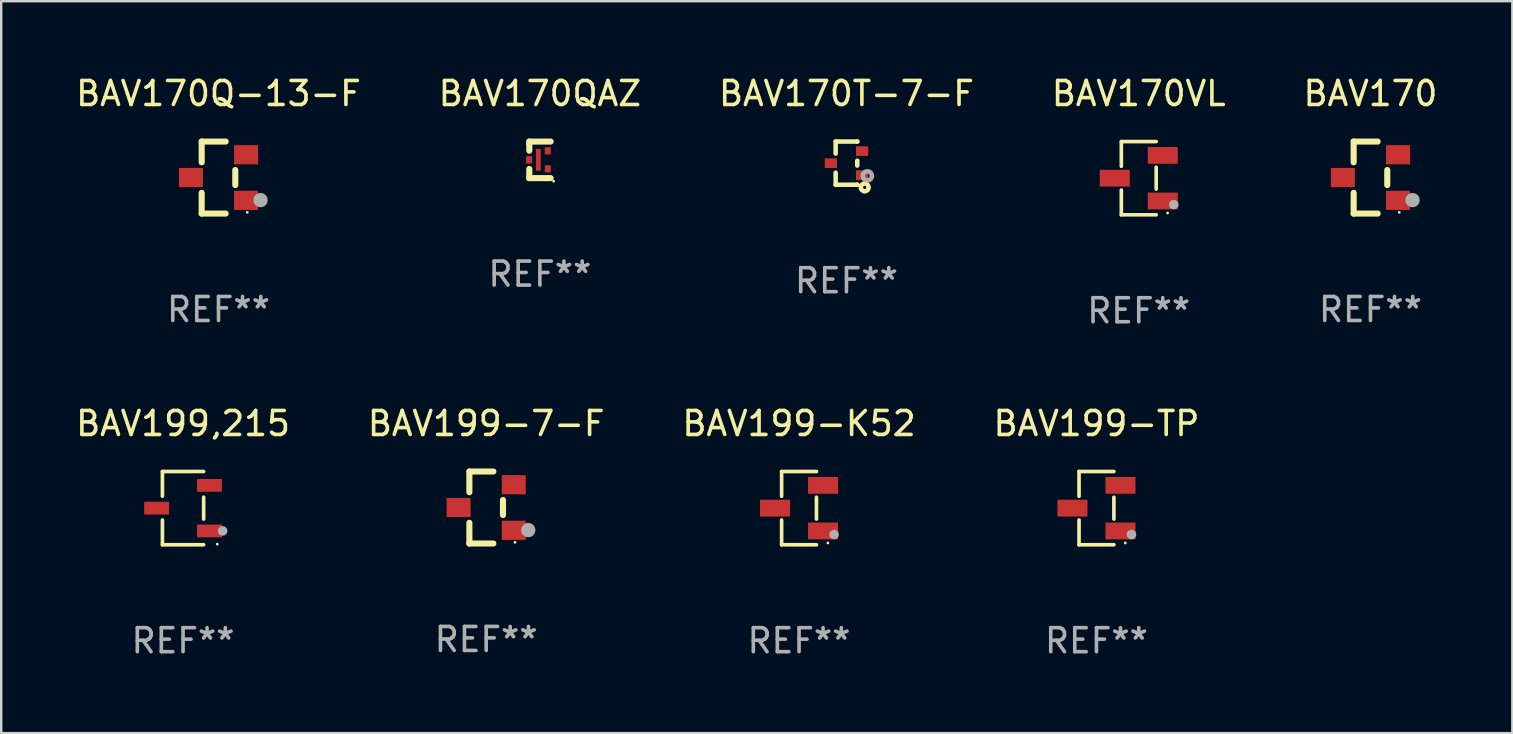
<source format=kicad_pcb>
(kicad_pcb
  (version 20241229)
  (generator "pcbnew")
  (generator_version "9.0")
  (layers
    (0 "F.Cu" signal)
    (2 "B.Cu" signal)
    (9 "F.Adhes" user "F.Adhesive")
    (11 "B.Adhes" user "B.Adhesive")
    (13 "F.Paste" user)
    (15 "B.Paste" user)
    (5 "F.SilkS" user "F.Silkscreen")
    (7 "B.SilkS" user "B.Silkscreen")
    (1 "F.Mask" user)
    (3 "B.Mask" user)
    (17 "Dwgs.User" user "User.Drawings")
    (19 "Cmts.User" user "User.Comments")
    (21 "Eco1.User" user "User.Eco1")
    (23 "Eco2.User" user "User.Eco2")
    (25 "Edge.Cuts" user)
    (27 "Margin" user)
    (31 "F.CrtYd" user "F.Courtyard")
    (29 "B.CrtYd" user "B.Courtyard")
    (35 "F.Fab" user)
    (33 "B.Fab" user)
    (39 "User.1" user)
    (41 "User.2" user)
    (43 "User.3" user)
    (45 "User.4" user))
  (footprint "BAV199-TP"
    (layer "F.Cu")
    (at 42.637 18.123)
    (property "Reference" "BAV199-TP" (at 0 -3.526 0) (layer "F.SilkS") (effects (font (size 1 1) (thickness 0.15))))
    (attr through_hole)
    (fp_line (start -0.726 -1.526) (end -0.726 -0.495) (stroke (width 0.152) (type solid)) (layer "F.SilkS"))
    (fp_line (start -0.726 1.526) (end -0.726 0.495) (stroke (width 0.152) (type solid)) (layer "F.SilkS"))
    (fp_line (start 0.726 -1.526) (end -0.726 -1.526) (stroke (width 0.152) (type solid)) (layer "F.SilkS"))
    (fp_line (start 0.726 -0.455) (end 0.726 0.455) (stroke (width 0.152) (type solid)) (layer "F.SilkS"))
    (fp_line (start 0.726 1.526) (end -0.726 1.526) (stroke (width 0.152) (type solid)) (layer "F.SilkS"))
    (fp_circle (center 1.2 1.45) (end 1.23 1.45) (stroke (width 0.06) (type solid)) (fill no) (layer "F.SilkS"))
    (fp_circle (center 1.46 1.1) (end 1.56 1.1) (stroke (width 0.2) (type solid)) (fill no) (layer "F.Fab"))
    (fp_text user "REF**" (at 0 5.526 0) (layer "F.Fab") (effects (font (size 1 1) (thickness 0.15))))
    (pad "1" smd rect (at 1 0.95) (size 1.25 0.7) (layers "F.Cu" "F.Mask" "F.Paste"))
    (pad "2" smd rect (at 1 -0.95) (size 1.25 0.7) (layers "F.Cu" "F.Mask" "F.Paste"))
    (pad "3" smd rect (at -1 0) (size 1.25 0.7) (layers "F.Cu" "F.Mask" "F.Paste")))
  (footprint "BAV170VL"
    (layer "F.Cu")
    (at 44.399 4.374)
    (property "Reference" "BAV170VL" (at 0 -3.526 0) (layer "F.SilkS") (effects (font (size 1 1) (thickness 0.15))))
    (attr through_hole)
    (fp_line (start -0.726 -1.526) (end -0.726 -0.495) (stroke (width 0.152) (type solid)) (layer "F.SilkS"))
    (fp_line (start -0.726 1.526) (end -0.726 0.495) (stroke (width 0.152) (type solid)) (layer "F.SilkS"))
    (fp_line (start 0.726 -1.526) (end -0.726 -1.526) (stroke (width 0.152) (type solid)) (layer "F.SilkS"))
    (fp_line (start 0.726 -0.455) (end 0.726 0.455) (stroke (width 0.152) (type solid)) (layer "F.SilkS"))
    (fp_line (start 0.726 1.526) (end -0.726 1.526) (stroke (width 0.152) (type solid)) (layer "F.SilkS"))
    (fp_circle (center 1.2 1.45) (end 1.23 1.45) (stroke (width 0.06) (type solid)) (fill no) (layer "F.SilkS"))
    (fp_circle (center 1.46 1.1) (end 1.56 1.1) (stroke (width 0.2) (type solid)) (fill no) (layer "F.Fab"))
    (fp_text user "REF**" (at 0 5.526 0) (layer "F.Fab") (effects (font (size 1 1) (thickness 0.15))))
    (pad "1" smd rect (at 1 0.95) (size 1.25 0.7) (layers "F.Cu" "F.Mask" "F.Paste"))
    (pad "2" smd rect (at 1 -0.95) (size 1.25 0.7) (layers "F.Cu" "F.Mask" "F.Paste"))
    (pad "3" smd rect (at -1 0) (size 1.25 0.7) (layers "F.Cu" "F.Mask" "F.Paste")))
  (footprint "BAV199-7-F"
    (layer "F.Cu")
    (at 17.208 18.097)
    (property "Reference" "BAV199-7-F" (at 0 -3.5 0) (layer "F.SilkS") (effects (font (size 1 1) (thickness 0.15))))
    (attr through_hole)
    (fp_line (start -0.7 -1.5) (end 0.3 -1.5) (stroke (width 0.254) (type solid)) (layer "F.SilkS"))
    (fp_line (start -0.7 -0.636) (end -0.7 -1.5) (stroke (width 0.254) (type solid)) (layer "F.SilkS"))
    (fp_line (start -0.7 1.5) (end -0.7 0.636) (stroke (width 0.254) (type solid)) (layer "F.SilkS"))
    (fp_line (start -0.7 1.5) (end 0.3 1.5) (stroke (width 0.254) (type solid)) (layer "F.SilkS"))
    (fp_line (start 0.7 0.314) (end 0.7 -0.314) (stroke (width 0.254) (type solid)) (layer "F.SilkS"))
    (fp_circle (center 1.2 1.45) (end 1.23 1.45) (stroke (width 0.06) (type solid)) (fill no) (layer "F.SilkS"))
    (fp_circle (center 1.753 0.94) (end 1.903 0.94) (stroke (width 0.3) (type solid)) (fill no) (layer "F.Fab"))
    (fp_text user "REF**" (at 0 5.5 0) (layer "F.Fab") (effects (font (size 1 1) (thickness 0.15))))
    (pad "1" smd rect (at 1.15 0.95 180) (size 1 0.8) (layers "F.Cu" "F.Mask" "F.Paste"))
    (pad "2" smd rect (at 1.15 -0.95 180) (size 1 0.8) (layers "F.Cu" "F.Mask" "F.Paste"))
    (pad "3" smd rect (at -1.15 -0.000051 180) (size 1 0.8) (layers "F.Cu" "F.Mask" "F.Paste")))
  (footprint "BAV170T-7-F"
    (layer "F.Cu")
    (at 32.22 3.748)
    (property "Reference" "BAV170T-7-F" (at 0 -2.9 0) (layer "F.SilkS") (effects (font (size 1 1) (thickness 0.15))))
    (attr through_hole)
    (fp_line (start -0.45 -0.9) (end 0.45 -0.9) (stroke (width 0.19) (type solid)) (layer "F.SilkS"))
    (fp_line (start -0.45 -0.399) (end -0.45 -0.9) (stroke (width 0.19) (type solid)) (layer "F.SilkS"))
    (fp_line (start -0.45 0.9) (end -0.45 0.399) (stroke (width 0.19) (type solid)) (layer "F.SilkS"))
    (fp_line (start -0.45 0.9) (end 0.45 0.9) (stroke (width 0.19) (type solid)) (layer "F.SilkS"))
    (fp_line (start 0.45 -0.899) (end 0.45 -0.9) (stroke (width 0.19) (type solid)) (layer "F.SilkS"))
    (fp_line (start 0.45 0.101) (end 0.45 -0.101) (stroke (width 0.19) (type solid)) (layer "F.SilkS"))
    (fp_line (start 0.45 0.9) (end 0.45 0.899) (stroke (width 0.19) (type solid)) (layer "F.SilkS"))
    (fp_circle (center 0.76 1.01) (end 0.827 1.01) (stroke (width 0.19) (type solid)) (fill no) (layer "F.SilkS"))
    (fp_circle (center 0.8 0.8) (end 0.81 0.8) (stroke (width 0.02) (type solid)) (fill no) (layer "F.SilkS"))
    (fp_circle (center 0.87 0.53) (end 0.964 0.53) (stroke (width 0.19) (type solid)) (fill no) (layer "F.Fab"))
    (fp_text user "REF**" (at 0 4.9 0) (layer "F.Fab") (effects (font (size 1 1) (thickness 0.15))))
    (pad "1" smd rect (at 0.65 0.5 90) (size 0.4 0.51) (layers "F.Cu" "F.Mask" "F.Paste"))
    (pad "2" smd rect (at 0.65 -0.5 90) (size 0.4 0.51) (layers "F.Cu" "F.Mask" "F.Paste"))
    (pad "3" smd rect (at -0.65 0.000127 90) (size 0.4 0.51) (layers "F.Cu" "F.Mask" "F.Paste")))
  (footprint "BAV170Q-13-F"
    (layer "F.Cu")
    (at 6.054 4.348)
    (property "Reference" "BAV170Q-13-F" (at 0 -3.5 0) (layer "F.SilkS") (effects (font (size 1 1) (thickness 0.15))))
    (attr through_hole)
    (fp_line (start -0.7 -1.5) (end 0.3 -1.5) (stroke (width 0.254) (type solid)) (layer "F.SilkS"))
    (fp_line (start -0.7 -0.636) (end -0.7 -1.5) (stroke (width 0.254) (type solid)) (layer "F.SilkS"))
    (fp_line (start -0.7 1.5) (end -0.7 0.636) (stroke (width 0.254) (type solid)) (layer "F.SilkS"))
    (fp_line (start -0.7 1.5) (end 0.3 1.5) (stroke (width 0.254) (type solid)) (layer "F.SilkS"))
    (fp_line (start 0.7 0.314) (end 0.7 -0.314) (stroke (width 0.254) (type solid)) (layer "F.SilkS"))
    (fp_circle (center 1.2 1.45) (end 1.23 1.45) (stroke (width 0.06) (type solid)) (fill no) (layer "F.SilkS"))
    (fp_circle (center 1.753 0.94) (end 1.903 0.94) (stroke (width 0.3) (type solid)) (fill no) (layer "F.Fab"))
    (fp_text user "REF**" (at 0 5.5 0) (layer "F.Fab") (effects (font (size 1 1) (thickness 0.15))))
    (pad "1" smd rect (at 1.15 0.95 180) (size 1 0.8) (layers "F.Cu" "F.Mask" "F.Paste"))
    (pad "2" smd rect (at 1.15 -0.95 180) (size 1 0.8) (layers "F.Cu" "F.Mask" "F.Paste"))
    (pad "3" smd rect (at -1.15 -0.000051 180) (size 1 0.8) (layers "F.Cu" "F.Mask" "F.Paste")))
  (footprint "BAV199,215"
    (layer "F.Cu")
    (at 4.577 18.123)
    (property "Reference" "BAV199,215" (at 0 -3.526 0) (layer "F.SilkS") (effects (font (size 1 1) (thickness 0.15))))
    (attr through_hole)
    (fp_line (start -0.859 -1.526) (end -0.859 -0.495) (stroke (width 0.152) (type solid)) (layer "F.SilkS"))
    (fp_line (start -0.859 1.526) (end -0.859 0.495) (stroke (width 0.152) (type solid)) (layer "F.SilkS"))
    (fp_line (start 0.859 -1.526) (end -0.859 -1.526) (stroke (width 0.152) (type solid)) (layer "F.SilkS"))
    (fp_line (start 0.859 -0.455) (end 0.859 0.455) (stroke (width 0.152) (type solid)) (layer "F.SilkS"))
    (fp_line (start 0.859 1.526) (end -0.859 1.526) (stroke (width 0.152) (type solid)) (layer "F.SilkS"))
    (fp_circle (center 1.425 1.5) (end 1.455 1.5) (stroke (width 0.06) (type solid)) (fill no) (layer "F.SilkS"))
    (fp_circle (center 1.65 0.95) (end 1.75 0.95) (stroke (width 0.2) (type solid)) (fill no) (layer "F.Fab"))
    (fp_text user "REF**" (at 0 5.526 0) (layer "F.Fab") (effects (font (size 1 1) (thickness 0.15))))
    (pad "1" smd rect (at 1.101 0.95) (size 1.037 0.532) (layers "F.Cu" "F.Mask" "F.Paste"))
    (pad "2" smd rect (at 1.101 -0.95) (size 1.037 0.532) (layers "F.Cu" "F.Mask" "F.Paste"))
    (pad "3" smd rect (at -1.101 0) (size 1.037 0.532) (layers "F.Cu" "F.Mask" "F.Paste")))
  (footprint "BAV170QAZ"
    (layer "F.Cu")
    (at 19.446 3.61)
    (property "Reference" "BAV170QAZ" (at 0 -2.762 0) (layer "F.SilkS") (effects (font (size 1 1) (thickness 0.15))))
    (attr through_hole)
    (fp_line (start -0.441 -0.762) (end 0.448 -0.762) (stroke (width 0.254) (type solid)) (layer "F.SilkS"))
    (fp_line (start -0.441 -0.635) (end -0.441 -0.762) (stroke (width 0.254) (type solid)) (layer "F.SilkS"))
    (fp_line (start -0.441 -0.381) (end -0.441 -0.635) (stroke (width 0.254) (type solid)) (layer "F.SilkS"))
    (fp_line (start -0.441 0.381) (end -0.441 0.762) (stroke (width 0.254) (type solid)) (layer "F.SilkS"))
    (fp_line (start -0.441 0.762) (end 0.448 0.762) (stroke (width 0.254) (type solid)) (layer "F.SilkS"))
    (fp_circle (center 0.575 0.889) (end 0.605 0.889) (stroke (width 0.06) (type solid)) (fill no) (layer "F.SilkS"))
    (fp_text user "REF**" (at 0 4.762 0) (layer "F.Fab") (effects (font (size 1 1) (thickness 0.15))))
    (pad "1" smd rect (at 0.329 0.375 270) (size 0.3 0.25) (layers "F.Cu" "F.Mask" "F.Paste"))
    (pad "2" smd rect (at 0.329 -0.375 270) (size 0.3 0.25) (layers "F.Cu" "F.Mask" "F.Paste"))
    (pad "3" smd rect (at -0.448 0 270) (size 0.3 0.25) (layers "F.Cu" "F.Mask" "F.Paste"))
    (pad "4" smd rect (at -0.065 0 270) (size 0.91 0.2) (layers "F.Cu" "F.Mask" "F.Paste")))
  (footprint "BAV199-K52"
    (layer "F.Cu")
    (at 30.244 18.123)
    (property "Reference" "BAV199-K52" (at 0 -3.526 0) (layer "F.SilkS") (effects (font (size 1 1) (thickness 0.15))))
    (attr through_hole)
    (fp_line (start -0.726 -1.526) (end -0.726 -0.495) (stroke (width 0.152) (type solid)) (layer "F.SilkS"))
    (fp_line (start -0.726 1.526) (end -0.726 0.495) (stroke (width 0.152) (type solid)) (layer "F.SilkS"))
    (fp_line (start 0.726 -1.526) (end -0.726 -1.526) (stroke (width 0.152) (type solid)) (layer "F.SilkS"))
    (fp_line (start 0.726 -0.455) (end 0.726 0.455) (stroke (width 0.152) (type solid)) (layer "F.SilkS"))
    (fp_line (start 0.726 1.526) (end -0.726 1.526) (stroke (width 0.152) (type solid)) (layer "F.SilkS"))
    (fp_circle (center 1.2 1.45) (end 1.23 1.45) (stroke (width 0.06) (type solid)) (fill no) (layer "F.SilkS"))
    (fp_circle (center 1.46 1.1) (end 1.56 1.1) (stroke (width 0.2) (type solid)) (fill no) (layer "F.Fab"))
    (fp_text user "REF**" (at 0 5.526 0) (layer "F.Fab") (effects (font (size 1 1) (thickness 0.15))))
    (pad "1" smd rect (at 1 0.95) (size 1.25 0.7) (layers "F.Cu" "F.Mask" "F.Paste"))
    (pad "2" smd rect (at 1 -0.95) (size 1.25 0.7) (layers "F.Cu" "F.Mask" "F.Paste"))
    (pad "3" smd rect (at -1 0) (size 1.25 0.7) (layers "F.Cu" "F.Mask" "F.Paste")))
  (footprint "BAV170"
    (layer "F.Cu")
    (at 54.054 4.348)
    (property "Reference" "BAV170" (at 0 -3.5 0) (layer "F.SilkS") (effects (font (size 1 1) (thickness 0.15))))
    (attr through_hole)
    (fp_line (start -0.7 -1.5) (end 0.3 -1.5) (stroke (width 0.254) (type solid)) (layer "F.SilkS"))
    (fp_line (start -0.7 -0.636) (end -0.7 -1.5) (stroke (width 0.254) (type solid)) (layer "F.SilkS"))
    (fp_line (start -0.7 1.5) (end -0.7 0.636) (stroke (width 0.254) (type solid)) (layer "F.SilkS"))
    (fp_line (start -0.7 1.5) (end 0.3 1.5) (stroke (width 0.254) (type solid)) (layer "F.SilkS"))
    (fp_line (start 0.7 0.314) (end 0.7 -0.314) (stroke (width 0.254) (type solid)) (layer "F.SilkS"))
    (fp_circle (center 1.2 1.45) (end 1.23 1.45) (stroke (width 0.06) (type solid)) (fill no) (layer "F.SilkS"))
    (fp_circle (center 1.753 0.94) (end 1.903 0.94) (stroke (width 0.3) (type solid)) (fill no) (layer "F.Fab"))
    (fp_text user "REF**" (at 0 5.5 0) (layer "F.Fab") (effects (font (size 1 1) (thickness 0.15))))
    (pad "1" smd rect (at 1.15 0.95 180) (size 1 0.8) (layers "F.Cu" "F.Mask" "F.Paste"))
    (pad "2" smd rect (at 1.15 -0.95 180) (size 1 0.8) (layers "F.Cu" "F.Mask" "F.Paste"))
    (pad "3" smd rect (at -1.15 -0.000051 180) (size 1 0.8) (layers "F.Cu" "F.Mask" "F.Paste")))
  (gr_rect
    (start -3 -3)
    (end 59.964 27.498)
    (stroke (width 0.1) (type default))
    (fill no)
    (layer "Edge.Cuts")))
</source>
